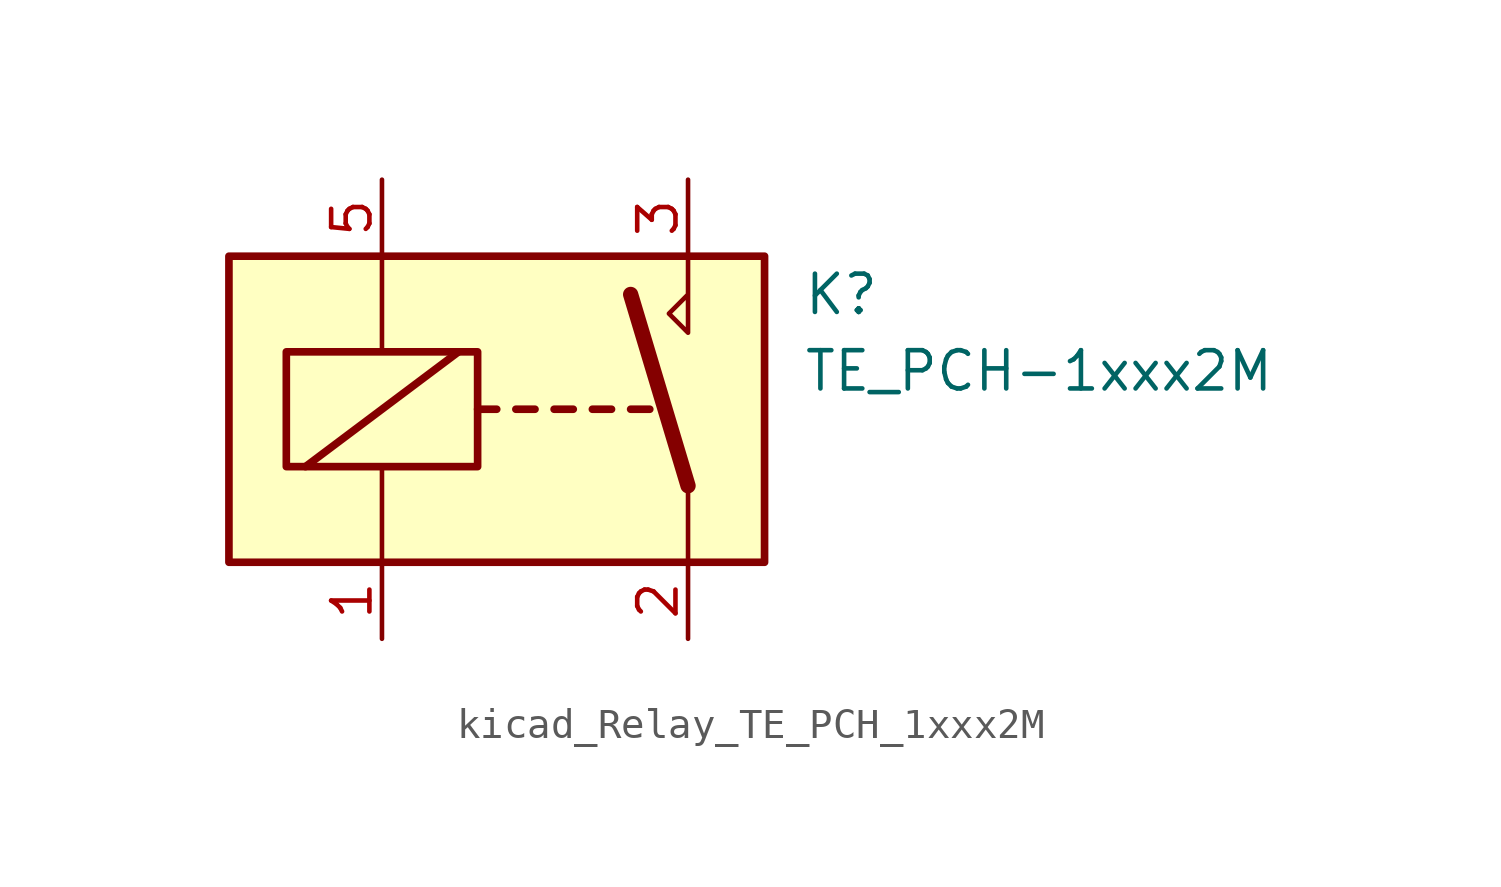
<source format=kicad_sym>
(kicad_symbol_lib
  (version 20220914)
  (generator kicad_symbol_editor)
  (symbol "kicad_Relay_TE_PCH_1xxx2M"
    (property "Reference" "K"
      (at 8.89 3.81 0)
      (effects (font (size 1.27 1.27)) (justify left)))
    (property "Value" "TE_PCH-1xxx2M"
      (at 8.89 1.27 0)
      (effects (font (size 1.27 1.27)) (justify left)))
    (symbol "kicad_Relay_TE_PCH_1xxx2M_0_0"
      (polyline (pts (xy 5.08 5.08) (xy 5.08 2.54) (xy 4.445 3.175) (xy 5.08 3.81)) (stroke (width 0) (type default)) (fill (type none))))
    (symbol "kicad_Relay_TE_PCH_1xxx2M_0_1"
      (rectangle (start -10.16 5.08) (end 7.62 -5.08) (stroke (width 0.254) (type default)) (fill (type background)))
      (rectangle (start -8.255 1.905) (end -1.905 -1.905) (stroke (width 0.254) (type default)) (fill (type none)))
      (polyline (pts (xy -7.62 -1.905) (xy -2.54 1.905)) (stroke (width 0.254) (type default)) (fill (type none)))
      (polyline (pts (xy -5.08 -5.08) (xy -5.08 -1.905)) (stroke (width 0) (type default)) (fill (type none)))
      (polyline (pts (xy -5.08 5.08) (xy -5.08 1.905)) (stroke (width 0) (type default)) (fill (type none)))
      (polyline (pts (xy -1.905 0) (xy -1.27 0)) (stroke (width 0.254) (type default)) (fill (type none)))
      (polyline (pts (xy -0.635 0) (xy 0 0)) (stroke (width 0.254) (type default)) (fill (type none)))
      (polyline (pts (xy 0.635 0) (xy 1.27 0)) (stroke (width 0.254) (type default)) (fill (type none)))
      (polyline (pts (xy 1.905 0) (xy 2.54 0)) (stroke (width 0.254) (type default)) (fill (type none)))
      (polyline (pts (xy 3.175 0) (xy 3.81 0)) (stroke (width 0.254) (type default)) (fill (type none)))
      (polyline (pts (xy 5.08 -2.54) (xy 3.175 3.81)) (stroke (width 0.508) (type default)) (fill (type none)))
      (polyline (pts (xy 5.08 -2.54) (xy 5.08 -5.08)) (stroke (width 0) (type default)) (fill (type none))))
    (symbol "kicad_Relay_TE_PCH_1xxx2M_1_1"
      (pin passive line (at -5.08 -7.62 90) (length 2.54) (name "~" (effects (font (size 1.27 1.27)))) (number "1" (effects (font (size 1.27 1.27)))))
      (pin passive line (at 5.08 -7.62 90) (length 2.54) (name "~" (effects (font (size 1.27 1.27)))) (number "2" (effects (font (size 1.27 1.27)))))
      (pin passive line (at 5.08 7.62 270) (length 2.54) (name "~" (effects (font (size 1.27 1.27)))) (number "3" (effects (font (size 1.27 1.27)))))
      (pin passive line (at -5.08 7.62 270) (length 2.54) (name "~" (effects (font (size 1.27 1.27)))) (number "5" (effects (font (size 1.27 1.27))))))))
</source>
